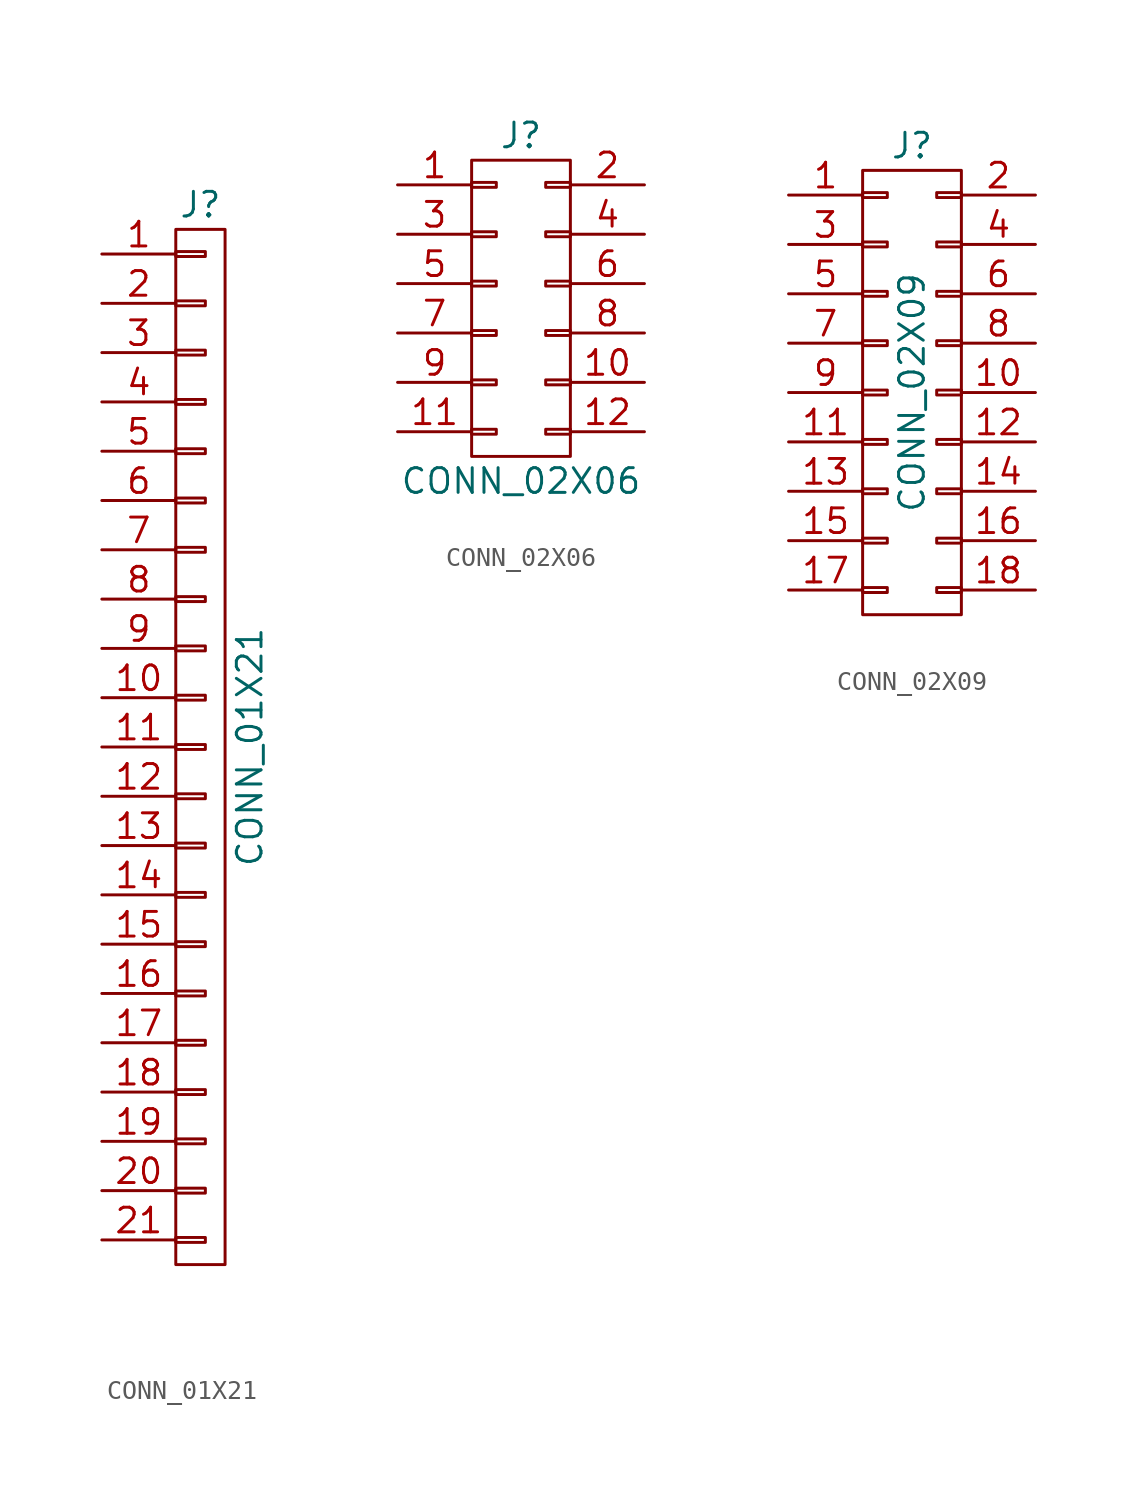
<source format=kicad_sym>
(kicad_symbol_lib
  (version 20211014)
  (generator kicad_symbol_editor)
  (symbol "CONN_01X21"
    (pin_names
      (offset 1.016) hide)
    (property "Reference" "J"
      (at 0 27.94 0)
      (effects (font (size 1.27 1.27))))
    (property "Value" "CONN_01X21"
      (at 2.54 0 90)
      (effects (font (size 1.27 1.27))))
    (symbol "CONN_01X21_0_1"
      (rectangle (start -1.27 -26.67) (end 1.27 26.67) (stroke (width 0) (type default) (color 0 0 0 0)) (fill (type none)))
      (rectangle (start -1.27 -25.273) (end 0.254 -25.527) (stroke (width 0) (type default) (color 0 0 0 0)) (fill (type none)))
      (rectangle (start -1.27 -22.733) (end 0.254 -22.987) (stroke (width 0) (type default) (color 0 0 0 0)) (fill (type none)))
      (rectangle (start -1.27 -20.193) (end 0.254 -20.447) (stroke (width 0) (type default) (color 0 0 0 0)) (fill (type none)))
      (rectangle (start -1.27 -17.653) (end 0.254 -17.907) (stroke (width 0) (type default) (color 0 0 0 0)) (fill (type none)))
      (rectangle (start -1.27 -15.113) (end 0.254 -15.367) (stroke (width 0) (type default) (color 0 0 0 0)) (fill (type none)))
      (rectangle (start -1.27 -12.573) (end 0.254 -12.827) (stroke (width 0) (type default) (color 0 0 0 0)) (fill (type none)))
      (rectangle (start -1.27 -10.033) (end 0.254 -10.287) (stroke (width 0) (type default) (color 0 0 0 0)) (fill (type none)))
      (rectangle (start -1.27 -7.493) (end 0.254 -7.747) (stroke (width 0) (type default) (color 0 0 0 0)) (fill (type none)))
      (rectangle (start -1.27 -4.953) (end 0.254 -5.207) (stroke (width 0) (type default) (color 0 0 0 0)) (fill (type none)))
      (rectangle (start -1.27 -2.413) (end 0.254 -2.667) (stroke (width 0) (type default) (color 0 0 0 0)) (fill (type none)))
      (rectangle (start -1.27 0.127) (end 0.254 -0.127) (stroke (width 0) (type default) (color 0 0 0 0)) (fill (type none)))
      (rectangle (start -1.27 2.667) (end 0.254 2.413) (stroke (width 0) (type default) (color 0 0 0 0)) (fill (type none)))
      (rectangle (start -1.27 5.207) (end 0.254 4.953) (stroke (width 0) (type default) (color 0 0 0 0)) (fill (type none)))
      (rectangle (start -1.27 7.747) (end 0.254 7.493) (stroke (width 0) (type default) (color 0 0 0 0)) (fill (type none)))
      (rectangle (start -1.27 10.287) (end 0.254 10.033) (stroke (width 0) (type default) (color 0 0 0 0)) (fill (type none)))
      (rectangle (start -1.27 12.827) (end 0.254 12.573) (stroke (width 0) (type default) (color 0 0 0 0)) (fill (type none)))
      (rectangle (start -1.27 15.367) (end 0.254 15.113) (stroke (width 0) (type default) (color 0 0 0 0)) (fill (type none)))
      (rectangle (start -1.27 17.907) (end 0.254 17.653) (stroke (width 0) (type default) (color 0 0 0 0)) (fill (type none)))
      (rectangle (start -1.27 20.447) (end 0.254 20.193) (stroke (width 0) (type default) (color 0 0 0 0)) (fill (type none)))
      (rectangle (start -1.27 22.987) (end 0.254 22.733) (stroke (width 0) (type default) (color 0 0 0 0)) (fill (type none)))
      (rectangle (start -1.27 25.527) (end 0.254 25.273) (stroke (width 0) (type default) (color 0 0 0 0)) (fill (type none))))
    (symbol "CONN_01X21_1_1"
      (pin passive line (at -5.08 25.4 0) (length 3.81) (name "P1" (effects (font (size 1.27 1.27)))) (number "1" (effects (font (size 1.27 1.27)))))
      (pin passive line (at -5.08 2.54 0) (length 3.81) (name "P10" (effects (font (size 1.27 1.27)))) (number "10" (effects (font (size 1.27 1.27)))))
      (pin passive line (at -5.08 0 0) (length 3.81) (name "P11" (effects (font (size 1.27 1.27)))) (number "11" (effects (font (size 1.27 1.27)))))
      (pin passive line (at -5.08 -2.54 0) (length 3.81) (name "P12" (effects (font (size 1.27 1.27)))) (number "12" (effects (font (size 1.27 1.27)))))
      (pin passive line (at -5.08 -5.08 0) (length 3.81) (name "P13" (effects (font (size 1.27 1.27)))) (number "13" (effects (font (size 1.27 1.27)))))
      (pin passive line (at -5.08 -7.62 0) (length 3.81) (name "P14" (effects (font (size 1.27 1.27)))) (number "14" (effects (font (size 1.27 1.27)))))
      (pin passive line (at -5.08 -10.16 0) (length 3.81) (name "P15" (effects (font (size 1.27 1.27)))) (number "15" (effects (font (size 1.27 1.27)))))
      (pin passive line (at -5.08 -12.7 0) (length 3.81) (name "P16" (effects (font (size 1.27 1.27)))) (number "16" (effects (font (size 1.27 1.27)))))
      (pin passive line (at -5.08 -15.24 0) (length 3.81) (name "P17" (effects (font (size 1.27 1.27)))) (number "17" (effects (font (size 1.27 1.27)))))
      (pin passive line (at -5.08 -17.78 0) (length 3.81) (name "P18" (effects (font (size 1.27 1.27)))) (number "18" (effects (font (size 1.27 1.27)))))
      (pin passive line (at -5.08 -20.32 0) (length 3.81) (name "P19" (effects (font (size 1.27 1.27)))) (number "19" (effects (font (size 1.27 1.27)))))
      (pin passive line (at -5.08 22.86 0) (length 3.81) (name "P2" (effects (font (size 1.27 1.27)))) (number "2" (effects (font (size 1.27 1.27)))))
      (pin passive line (at -5.08 -22.86 0) (length 3.81) (name "P20" (effects (font (size 1.27 1.27)))) (number "20" (effects (font (size 1.27 1.27)))))
      (pin passive line (at -5.08 -25.4 0) (length 3.81) (name "P21" (effects (font (size 1.27 1.27)))) (number "21" (effects (font (size 1.27 1.27)))))
      (pin passive line (at -5.08 20.32 0) (length 3.81) (name "P3" (effects (font (size 1.27 1.27)))) (number "3" (effects (font (size 1.27 1.27)))))
      (pin passive line (at -5.08 17.78 0) (length 3.81) (name "P4" (effects (font (size 1.27 1.27)))) (number "4" (effects (font (size 1.27 1.27)))))
      (pin passive line (at -5.08 15.24 0) (length 3.81) (name "P5" (effects (font (size 1.27 1.27)))) (number "5" (effects (font (size 1.27 1.27)))))
      (pin passive line (at -5.08 12.7 0) (length 3.81) (name "P6" (effects (font (size 1.27 1.27)))) (number "6" (effects (font (size 1.27 1.27)))))
      (pin passive line (at -5.08 10.16 0) (length 3.81) (name "P7" (effects (font (size 1.27 1.27)))) (number "7" (effects (font (size 1.27 1.27)))))
      (pin passive line (at -5.08 7.62 0) (length 3.81) (name "P8" (effects (font (size 1.27 1.27)))) (number "8" (effects (font (size 1.27 1.27)))))
      (pin passive line (at -5.08 5.08 0) (length 3.81) (name "P9" (effects (font (size 1.27 1.27)))) (number "9" (effects (font (size 1.27 1.27)))))))
  (symbol "CONN_02X06"
    (pin_names
      (offset 0.025) hide)
    (property "Reference" "J"
      (at 0 8.89 0)
      (effects (font (size 1.27 1.27))))
    (property "Value" "CONN_02X06"
      (at 0 -8.89 0)
      (effects (font (size 1.27 1.27))))
    (symbol "CONN_02X06_0_1"
      (rectangle (start -2.54 -6.223) (end -1.27 -6.477) (stroke (width 0) (type default) (color 0 0 0 0)) (fill (type none)))
      (rectangle (start -2.54 -3.683) (end -1.27 -3.937) (stroke (width 0) (type default) (color 0 0 0 0)) (fill (type none)))
      (rectangle (start -2.54 -1.143) (end -1.27 -1.397) (stroke (width 0) (type default) (color 0 0 0 0)) (fill (type none)))
      (rectangle (start -2.54 1.397) (end -1.27 1.143) (stroke (width 0) (type default) (color 0 0 0 0)) (fill (type none)))
      (rectangle (start -2.54 3.937) (end -1.27 3.683) (stroke (width 0) (type default) (color 0 0 0 0)) (fill (type none)))
      (rectangle (start -2.54 6.477) (end -1.27 6.223) (stroke (width 0) (type default) (color 0 0 0 0)) (fill (type none)))
      (rectangle (start -2.54 7.62) (end 2.54 -7.62) (stroke (width 0) (type default) (color 0 0 0 0)) (fill (type none)))
      (rectangle (start 1.27 -6.223) (end 2.54 -6.477) (stroke (width 0) (type default) (color 0 0 0 0)) (fill (type none)))
      (rectangle (start 1.27 -3.683) (end 2.54 -3.937) (stroke (width 0) (type default) (color 0 0 0 0)) (fill (type none)))
      (rectangle (start 1.27 -1.143) (end 2.54 -1.397) (stroke (width 0) (type default) (color 0 0 0 0)) (fill (type none)))
      (rectangle (start 1.27 1.397) (end 2.54 1.143) (stroke (width 0) (type default) (color 0 0 0 0)) (fill (type none)))
      (rectangle (start 1.27 3.937) (end 2.54 3.683) (stroke (width 0) (type default) (color 0 0 0 0)) (fill (type none)))
      (rectangle (start 1.27 6.477) (end 2.54 6.223) (stroke (width 0) (type default) (color 0 0 0 0)) (fill (type none))))
    (symbol "CONN_02X06_1_1"
      (pin passive line (at -6.35 6.35 0) (length 3.81) (name "P1" (effects (font (size 1.27 1.27)))) (number "1" (effects (font (size 1.27 1.27)))))
      (pin passive line (at 6.35 -3.81 180) (length 3.81) (name "P10" (effects (font (size 1.27 1.27)))) (number "10" (effects (font (size 1.27 1.27)))))
      (pin passive line (at -6.35 -6.35 0) (length 3.81) (name "P11" (effects (font (size 1.27 1.27)))) (number "11" (effects (font (size 1.27 1.27)))))
      (pin passive line (at 6.35 -6.35 180) (length 3.81) (name "P12" (effects (font (size 1.27 1.27)))) (number "12" (effects (font (size 1.27 1.27)))))
      (pin passive line (at 6.35 6.35 180) (length 3.81) (name "P2" (effects (font (size 1.27 1.27)))) (number "2" (effects (font (size 1.27 1.27)))))
      (pin passive line (at -6.35 3.81 0) (length 3.81) (name "P3" (effects (font (size 1.27 1.27)))) (number "3" (effects (font (size 1.27 1.27)))))
      (pin passive line (at 6.35 3.81 180) (length 3.81) (name "P4" (effects (font (size 1.27 1.27)))) (number "4" (effects (font (size 1.27 1.27)))))
      (pin passive line (at -6.35 1.27 0) (length 3.81) (name "P5" (effects (font (size 1.27 1.27)))) (number "5" (effects (font (size 1.27 1.27)))))
      (pin passive line (at 6.35 1.27 180) (length 3.81) (name "P6" (effects (font (size 1.27 1.27)))) (number "6" (effects (font (size 1.27 1.27)))))
      (pin passive line (at -6.35 -1.27 0) (length 3.81) (name "P7" (effects (font (size 1.27 1.27)))) (number "7" (effects (font (size 1.27 1.27)))))
      (pin passive line (at 6.35 -1.27 180) (length 3.81) (name "P8" (effects (font (size 1.27 1.27)))) (number "8" (effects (font (size 1.27 1.27)))))
      (pin passive line (at -6.35 -3.81 0) (length 3.81) (name "P9" (effects (font (size 1.27 1.27)))) (number "9" (effects (font (size 1.27 1.27)))))))
  (symbol "CONN_02X09"
    (pin_names
      (offset 0.025) hide)
    (property "Reference" "J"
      (at 0 12.7 0)
      (effects (font (size 1.27 1.27))))
    (property "Value" "CONN_02X09"
      (at 0 0 90)
      (effects (font (size 1.27 1.27))))
    (symbol "CONN_02X09_0_1"
      (rectangle (start -2.54 -10.033) (end -1.27 -10.287) (stroke (width 0) (type default) (color 0 0 0 0)) (fill (type none)))
      (rectangle (start -2.54 -7.493) (end -1.27 -7.747) (stroke (width 0) (type default) (color 0 0 0 0)) (fill (type none)))
      (rectangle (start -2.54 -4.953) (end -1.27 -5.207) (stroke (width 0) (type default) (color 0 0 0 0)) (fill (type none)))
      (rectangle (start -2.54 -2.413) (end -1.27 -2.667) (stroke (width 0) (type default) (color 0 0 0 0)) (fill (type none)))
      (rectangle (start -2.54 0.127) (end -1.27 -0.127) (stroke (width 0) (type default) (color 0 0 0 0)) (fill (type none)))
      (rectangle (start -2.54 2.667) (end -1.27 2.413) (stroke (width 0) (type default) (color 0 0 0 0)) (fill (type none)))
      (rectangle (start -2.54 5.207) (end -1.27 4.953) (stroke (width 0) (type default) (color 0 0 0 0)) (fill (type none)))
      (rectangle (start -2.54 7.747) (end -1.27 7.493) (stroke (width 0) (type default) (color 0 0 0 0)) (fill (type none)))
      (rectangle (start -2.54 10.287) (end -1.27 10.033) (stroke (width 0) (type default) (color 0 0 0 0)) (fill (type none)))
      (rectangle (start -2.54 11.43) (end 2.54 -11.43) (stroke (width 0) (type default) (color 0 0 0 0)) (fill (type none)))
      (rectangle (start 1.27 -10.033) (end 2.54 -10.287) (stroke (width 0) (type default) (color 0 0 0 0)) (fill (type none)))
      (rectangle (start 1.27 -7.493) (end 2.54 -7.747) (stroke (width 0) (type default) (color 0 0 0 0)) (fill (type none)))
      (rectangle (start 1.27 -4.953) (end 2.54 -5.207) (stroke (width 0) (type default) (color 0 0 0 0)) (fill (type none)))
      (rectangle (start 1.27 -2.413) (end 2.54 -2.667) (stroke (width 0) (type default) (color 0 0 0 0)) (fill (type none)))
      (rectangle (start 1.27 0.127) (end 2.54 -0.127) (stroke (width 0) (type default) (color 0 0 0 0)) (fill (type none)))
      (rectangle (start 1.27 2.667) (end 2.54 2.413) (stroke (width 0) (type default) (color 0 0 0 0)) (fill (type none)))
      (rectangle (start 1.27 5.207) (end 2.54 4.953) (stroke (width 0) (type default) (color 0 0 0 0)) (fill (type none)))
      (rectangle (start 1.27 7.747) (end 2.54 7.493) (stroke (width 0) (type default) (color 0 0 0 0)) (fill (type none)))
      (rectangle (start 1.27 10.287) (end 2.54 10.033) (stroke (width 0) (type default) (color 0 0 0 0)) (fill (type none))))
    (symbol "CONN_02X09_1_1"
      (pin passive line (at -6.35 10.16 0) (length 3.81) (name "P1" (effects (font (size 1.27 1.27)))) (number "1" (effects (font (size 1.27 1.27)))))
      (pin passive line (at 6.35 0 180) (length 3.81) (name "P10" (effects (font (size 1.27 1.27)))) (number "10" (effects (font (size 1.27 1.27)))))
      (pin passive line (at -6.35 -2.54 0) (length 3.81) (name "P11" (effects (font (size 1.27 1.27)))) (number "11" (effects (font (size 1.27 1.27)))))
      (pin passive line (at 6.35 -2.54 180) (length 3.81) (name "P12" (effects (font (size 1.27 1.27)))) (number "12" (effects (font (size 1.27 1.27)))))
      (pin passive line (at -6.35 -5.08 0) (length 3.81) (name "P13" (effects (font (size 1.27 1.27)))) (number "13" (effects (font (size 1.27 1.27)))))
      (pin passive line (at 6.35 -5.08 180) (length 3.81) (name "P14" (effects (font (size 1.27 1.27)))) (number "14" (effects (font (size 1.27 1.27)))))
      (pin passive line (at -6.35 -7.62 0) (length 3.81) (name "P15" (effects (font (size 1.27 1.27)))) (number "15" (effects (font (size 1.27 1.27)))))
      (pin passive line (at 6.35 -7.62 180) (length 3.81) (name "P16" (effects (font (size 1.27 1.27)))) (number "16" (effects (font (size 1.27 1.27)))))
      (pin passive line (at -6.35 -10.16 0) (length 3.81) (name "P17" (effects (font (size 1.27 1.27)))) (number "17" (effects (font (size 1.27 1.27)))))
      (pin passive line (at 6.35 -10.16 180) (length 3.81) (name "P18" (effects (font (size 1.27 1.27)))) (number "18" (effects (font (size 1.27 1.27)))))
      (pin passive line (at 6.35 10.16 180) (length 3.81) (name "P2" (effects (font (size 1.27 1.27)))) (number "2" (effects (font (size 1.27 1.27)))))
      (pin passive line (at -6.35 7.62 0) (length 3.81) (name "P3" (effects (font (size 1.27 1.27)))) (number "3" (effects (font (size 1.27 1.27)))))
      (pin passive line (at 6.35 7.62 180) (length 3.81) (name "P4" (effects (font (size 1.27 1.27)))) (number "4" (effects (font (size 1.27 1.27)))))
      (pin passive line (at -6.35 5.08 0) (length 3.81) (name "P5" (effects (font (size 1.27 1.27)))) (number "5" (effects (font (size 1.27 1.27)))))
      (pin passive line (at 6.35 5.08 180) (length 3.81) (name "P6" (effects (font (size 1.27 1.27)))) (number "6" (effects (font (size 1.27 1.27)))))
      (pin passive line (at -6.35 2.54 0) (length 3.81) (name "P7" (effects (font (size 1.27 1.27)))) (number "7" (effects (font (size 1.27 1.27)))))
      (pin passive line (at 6.35 2.54 180) (length 3.81) (name "P8" (effects (font (size 1.27 1.27)))) (number "8" (effects (font (size 1.27 1.27)))))
      (pin passive line (at -6.35 0 0) (length 3.81) (name "P9" (effects (font (size 1.27 1.27)))) (number "9" (effects (font (size 1.27 1.27))))))))
</source>
